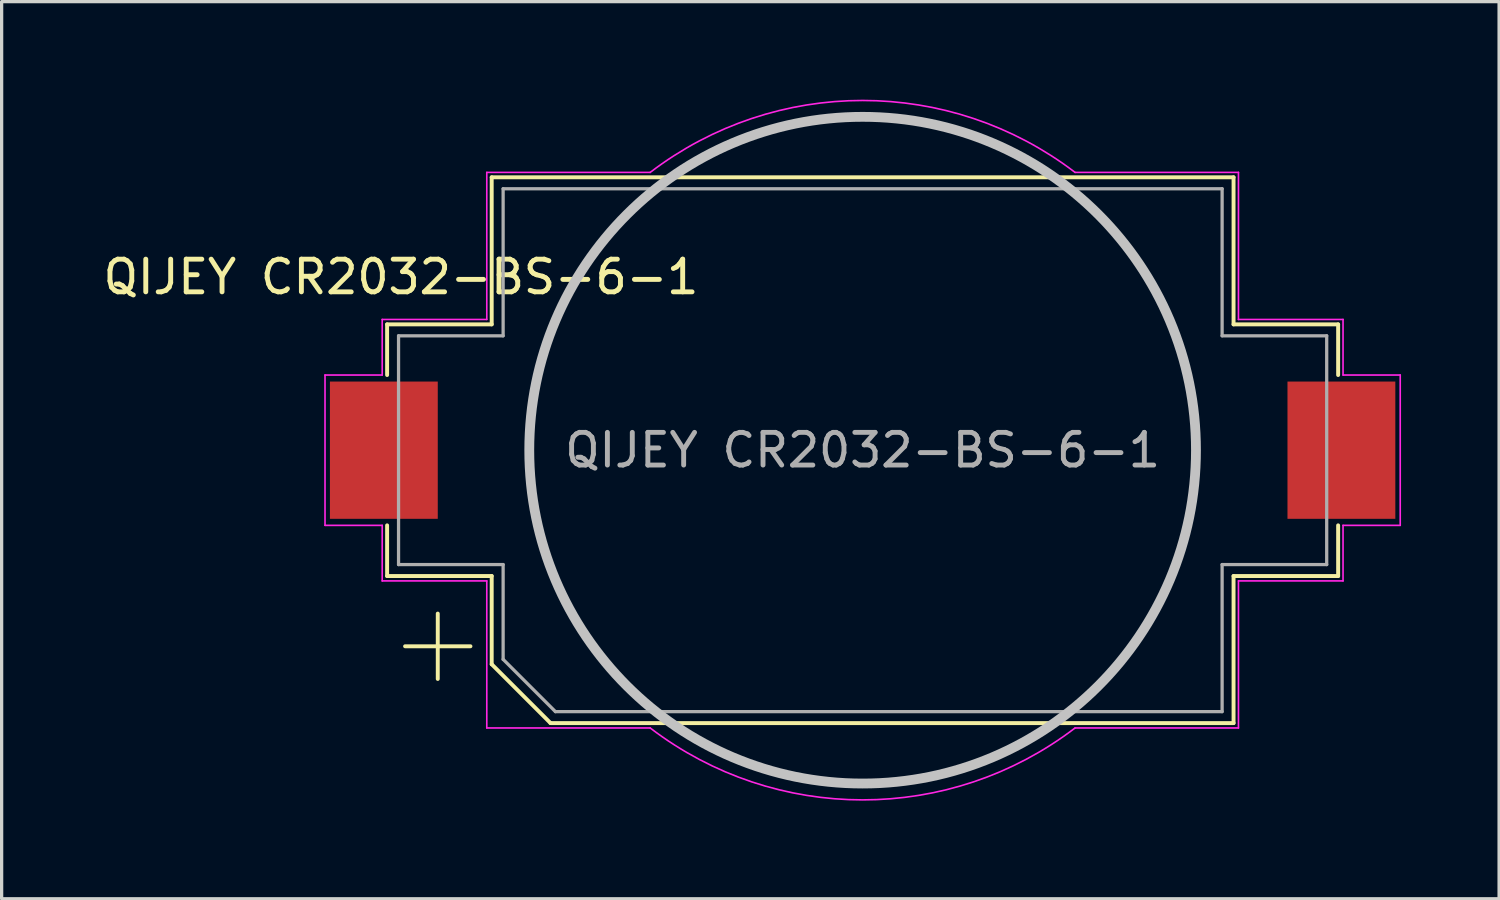
<source format=kicad_pcb>
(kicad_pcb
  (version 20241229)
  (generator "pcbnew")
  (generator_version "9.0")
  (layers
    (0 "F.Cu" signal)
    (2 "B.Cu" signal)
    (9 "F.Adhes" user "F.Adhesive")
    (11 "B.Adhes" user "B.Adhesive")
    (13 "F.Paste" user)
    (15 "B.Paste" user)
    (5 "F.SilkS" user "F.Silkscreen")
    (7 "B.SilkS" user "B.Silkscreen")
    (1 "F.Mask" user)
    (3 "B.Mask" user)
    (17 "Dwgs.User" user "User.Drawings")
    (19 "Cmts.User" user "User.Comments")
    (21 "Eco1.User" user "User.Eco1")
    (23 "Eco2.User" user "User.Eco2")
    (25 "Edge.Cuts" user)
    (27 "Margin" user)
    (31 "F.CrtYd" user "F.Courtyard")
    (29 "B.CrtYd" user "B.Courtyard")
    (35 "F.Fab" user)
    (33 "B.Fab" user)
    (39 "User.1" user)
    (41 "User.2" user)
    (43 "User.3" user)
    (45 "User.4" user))
  (footprint "QIJEY CR2032-BS-6-1"
    (layer "F.Cu")
    (at 23.345 10.725)
    (property "Reference" "QIJEY CR2032-BS-6-1" (at -14.125 -5.3 0) (layer "F.SilkS") (effects (font (size 1 1) (thickness 0.15))))
    (attr smd)
    (fp_line (start -14.55 -3.85) (end -14.55 -2.3) (stroke (width 0.12) (type solid)) (layer "F.SilkS"))
    (fp_line (start -14.55 3.85) (end -14.55 2.3) (stroke (width 0.12) (type solid)) (layer "F.SilkS"))
    (fp_line (start -13 5) (end -13 7) (stroke (width 0.12) (type solid)) (layer "F.SilkS"))
    (fp_line (start -12 6) (end -14 6) (stroke (width 0.12) (type solid)) (layer "F.SilkS"))
    (fp_line (start -11.35 -8.35) (end -11.35 -3.85) (stroke (width 0.12) (type solid)) (layer "F.SilkS"))
    (fp_line (start -11.35 -8.35) (end 11.35 -8.35) (stroke (width 0.12) (type solid)) (layer "F.SilkS"))
    (fp_line (start -11.35 -3.85) (end -14.55 -3.85) (stroke (width 0.12) (type solid)) (layer "F.SilkS"))
    (fp_line (start -11.35 3.85) (end -14.55 3.85) (stroke (width 0.12) (type solid)) (layer "F.SilkS"))
    (fp_line (start -11.35 6.55) (end -11.35 3.85) (stroke (width 0.12) (type solid)) (layer "F.SilkS"))
    (fp_line (start -9.55 8.35) (end -11.35 6.55) (stroke (width 0.12) (type solid)) (layer "F.SilkS"))
    (fp_line (start 11.35 -8.35) (end 11.35 -3.85) (stroke (width 0.12) (type solid)) (layer "F.SilkS"))
    (fp_line (start 11.35 -3.85) (end 14.55 -3.85) (stroke (width 0.12) (type solid)) (layer "F.SilkS"))
    (fp_line (start 11.35 3.85) (end 14.55 3.85) (stroke (width 0.12) (type solid)) (layer "F.SilkS"))
    (fp_line (start 11.35 8.35) (end -9.55 8.35) (stroke (width 0.12) (type solid)) (layer "F.SilkS"))
    (fp_line (start 11.35 8.35) (end 11.35 3.85) (stroke (width 0.12) (type solid)) (layer "F.SilkS"))
    (fp_line (start 14.55 -3.85) (end 14.55 -2.3) (stroke (width 0.12) (type solid)) (layer "F.SilkS"))
    (fp_line (start 14.55 3.85) (end 14.55 2.3) (stroke (width 0.12) (type solid)) (layer "F.SilkS"))
    (fp_circle (center 0 0) (end -10.2 0) (stroke (width 0.3) (type solid)) (fill no) (layer "Dwgs.User"))
    (fp_line (start -16.45 2.3) (end -16.45 -2.3) (stroke (width 0.05) (type solid)) (layer "F.CrtYd"))
    (fp_line (start -14.7 -4) (end -11.5 -4) (stroke (width 0.05) (type solid)) (layer "F.CrtYd"))
    (fp_line (start -14.7 -2.3) (end -16.45 -2.3) (stroke (width 0.05) (type solid)) (layer "F.CrtYd"))
    (fp_line (start -14.7 -2.3) (end -14.7 -4) (stroke (width 0.05) (type solid)) (layer "F.CrtYd"))
    (fp_line (start -14.7 2.3) (end -16.45 2.3) (stroke (width 0.05) (type solid)) (layer "F.CrtYd"))
    (fp_line (start -14.7 4) (end -14.7 2.3) (stroke (width 0.05) (type solid)) (layer "F.CrtYd"))
    (fp_line (start -14.7 4) (end -11.5 4) (stroke (width 0.05) (type solid)) (layer "F.CrtYd"))
    (fp_line (start -11.5 -8.5) (end -6.5 -8.5) (stroke (width 0.05) (type solid)) (layer "F.CrtYd"))
    (fp_line (start -11.5 -4) (end -11.5 -8.5) (stroke (width 0.05) (type solid)) (layer "F.CrtYd"))
    (fp_line (start -11.5 4) (end -11.5 8.5) (stroke (width 0.05) (type solid)) (layer "F.CrtYd"))
    (fp_line (start -6.5 8.5) (end -11.5 8.5) (stroke (width 0.05) (type solid)) (layer "F.CrtYd"))
    (fp_line (start 11.5 -8.5) (end 6.5 -8.5) (stroke (width 0.05) (type solid)) (layer "F.CrtYd"))
    (fp_line (start 11.5 -8.5) (end 11.5 -4) (stroke (width 0.05) (type solid)) (layer "F.CrtYd"))
    (fp_line (start 11.5 -4) (end 14.7 -4) (stroke (width 0.05) (type solid)) (layer "F.CrtYd"))
    (fp_line (start 11.5 4) (end 11.5 8.5) (stroke (width 0.05) (type solid)) (layer "F.CrtYd"))
    (fp_line (start 11.5 8.5) (end 6.5 8.5) (stroke (width 0.05) (type solid)) (layer "F.CrtYd"))
    (fp_line (start 14.7 -4) (end 14.7 -2.3) (stroke (width 0.05) (type solid)) (layer "F.CrtYd"))
    (fp_line (start 14.7 -2.3) (end 16.45 -2.3) (stroke (width 0.05) (type solid)) (layer "F.CrtYd"))
    (fp_line (start 14.7 2.3) (end 14.7 4) (stroke (width 0.05) (type solid)) (layer "F.CrtYd"))
    (fp_line (start 14.7 4) (end 11.5 4) (stroke (width 0.05) (type solid)) (layer "F.CrtYd"))
    (fp_line (start 16.45 -2.3) (end 16.45 2.3) (stroke (width 0.05) (type solid)) (layer "F.CrtYd"))
    (fp_line (start 16.45 2.3) (end 14.7 2.3) (stroke (width 0.05) (type solid)) (layer "F.CrtYd"))
    (fp_arc (start -6.499999 -8.5) (mid 0 -10.700467) (end 6.5 -8.5) (stroke (width 0.05) (type solid)) (layer "F.CrtYd"))
    (fp_arc (start 6.499999 8.5) (mid 0 10.700467) (end -6.5 8.5) (stroke (width 0.05) (type solid)) (layer "F.CrtYd"))
    (fp_line (start -14.2 -3.5) (end -11 -3.5) (stroke (width 0.1) (type solid)) (layer "F.Fab"))
    (fp_line (start -14.2 3.5) (end -14.2 -3.5) (stroke (width 0.1) (type solid)) (layer "F.Fab"))
    (fp_line (start -11 -8) (end -11 -3.5) (stroke (width 0.1) (type solid)) (layer "F.Fab"))
    (fp_line (start -11 3.5) (end -14.2 3.5) (stroke (width 0.1) (type solid)) (layer "F.Fab"))
    (fp_line (start -11 6.4) (end -11 3.5) (stroke (width 0.1) (type solid)) (layer "F.Fab"))
    (fp_line (start -9.4 8) (end -11 6.4) (stroke (width 0.1) (type solid)) (layer "F.Fab"))
    (fp_line (start 11 -8) (end -11 -8) (stroke (width 0.1) (type solid)) (layer "F.Fab"))
    (fp_line (start 11 -8) (end 11 -3.5) (stroke (width 0.1) (type solid)) (layer "F.Fab"))
    (fp_line (start 11 3.5) (end 14.2 3.5) (stroke (width 0.1) (type solid)) (layer "F.Fab"))
    (fp_line (start 11 8) (end -9.4 8) (stroke (width 0.1) (type solid)) (layer "F.Fab"))
    (fp_line (start 11 8) (end 11 3.5) (stroke (width 0.1) (type solid)) (layer "F.Fab"))
    (fp_line (start 14.2 -3.5) (end 11 -3.5) (stroke (width 0.1) (type solid)) (layer "F.Fab"))
    (fp_line (start 14.2 3.5) (end 14.2 -3.5) (stroke (width 0.1) (type solid)) (layer "F.Fab"))
    (fp_text user "${REFERENCE}" (at 0 0 0) (layer "F.Fab") (effects (font (size 1 1) (thickness 0.15))))
    (pad "1" smd rect (at -14.65 0 180) (size 3.3 4.2) (layers "F.Cu" "F.Mask" "F.Paste"))
    (pad "2" smd rect (at 14.65 0 180) (size 3.3 4.2) (layers "F.Cu" "F.Mask" "F.Paste")))
  (gr_rect
    (start -3 -3)
    (end 42.82 24.451)
    (stroke (width 0.1) (type default))
    (fill no)
    (layer "Edge.Cuts")))
</source>
